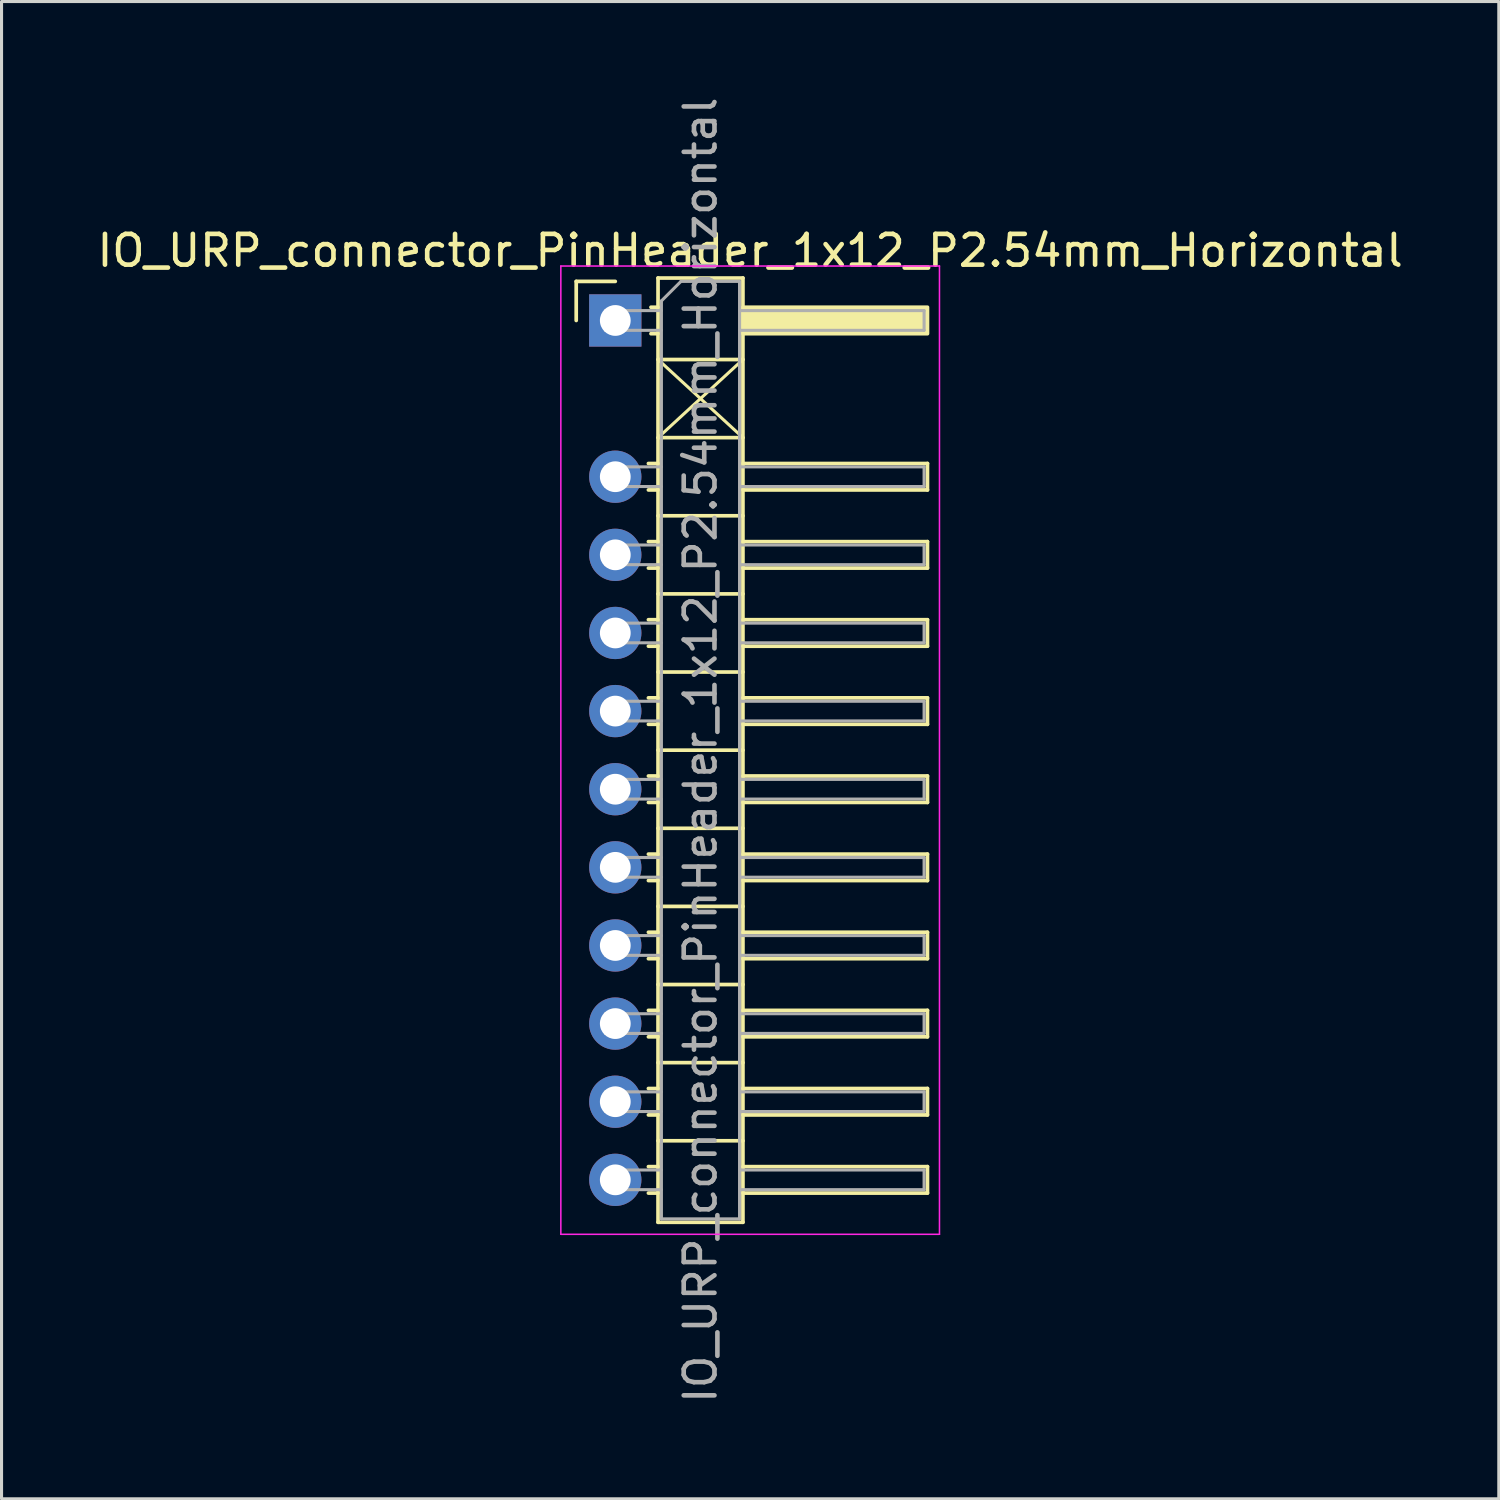
<source format=kicad_pcb>
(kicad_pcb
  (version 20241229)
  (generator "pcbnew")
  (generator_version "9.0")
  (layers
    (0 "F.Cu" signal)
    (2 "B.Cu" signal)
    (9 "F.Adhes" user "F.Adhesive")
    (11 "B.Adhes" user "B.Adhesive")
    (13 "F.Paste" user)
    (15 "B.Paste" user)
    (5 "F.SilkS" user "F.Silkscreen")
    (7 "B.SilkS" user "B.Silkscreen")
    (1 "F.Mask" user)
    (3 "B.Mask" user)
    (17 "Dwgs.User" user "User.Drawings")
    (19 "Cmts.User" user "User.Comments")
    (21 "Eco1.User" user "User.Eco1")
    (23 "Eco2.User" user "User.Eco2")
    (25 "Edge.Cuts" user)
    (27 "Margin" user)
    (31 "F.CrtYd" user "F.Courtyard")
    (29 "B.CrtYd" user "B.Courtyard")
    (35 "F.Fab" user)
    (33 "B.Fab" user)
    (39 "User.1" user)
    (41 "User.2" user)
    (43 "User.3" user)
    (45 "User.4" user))
  (footprint "IO_URP_connector_PinHeader_1x12_P2.54mm_Horizontal"
    (layer "F.Cu")
    (at 16.954 7.369)
    (property "Reference" "IO_URP_connector_PinHeader_1x12_P2.54mm_Horizontal" (at 4.385 -2.27 0) (layer "F.SilkS") (effects (font (size 1 1) (thickness 0.15))))
    (attr through_hole)
    (fp_line (start -1.27 -1.27) (end 0 -1.27) (stroke (width 0.12) (type solid)) (layer "F.SilkS"))
    (fp_line (start -1.27 0) (end -1.27 -1.27) (stroke (width 0.12) (type solid)) (layer "F.SilkS"))
    (fp_line (start 1.077 4.65) (end 1.39 4.65) (stroke (width 0.12) (type solid)) (layer "F.SilkS"))
    (fp_line (start 1.077 5.51) (end 1.39 5.51) (stroke (width 0.12) (type solid)) (layer "F.SilkS"))
    (fp_line (start 1.077 7.19) (end 1.39 7.19) (stroke (width 0.12) (type solid)) (layer "F.SilkS"))
    (fp_line (start 1.077 8.05) (end 1.39 8.05) (stroke (width 0.12) (type solid)) (layer "F.SilkS"))
    (fp_line (start 1.077 9.73) (end 1.39 9.73) (stroke (width 0.12) (type solid)) (layer "F.SilkS"))
    (fp_line (start 1.077 10.59) (end 1.39 10.59) (stroke (width 0.12) (type solid)) (layer "F.SilkS"))
    (fp_line (start 1.077 12.27) (end 1.39 12.27) (stroke (width 0.12) (type solid)) (layer "F.SilkS"))
    (fp_line (start 1.077 13.13) (end 1.39 13.13) (stroke (width 0.12) (type solid)) (layer "F.SilkS"))
    (fp_line (start 1.077 14.81) (end 1.39 14.81) (stroke (width 0.12) (type solid)) (layer "F.SilkS"))
    (fp_line (start 1.077 15.67) (end 1.39 15.67) (stroke (width 0.12) (type solid)) (layer "F.SilkS"))
    (fp_line (start 1.077 17.35) (end 1.39 17.35) (stroke (width 0.12) (type solid)) (layer "F.SilkS"))
    (fp_line (start 1.077 18.21) (end 1.39 18.21) (stroke (width 0.12) (type solid)) (layer "F.SilkS"))
    (fp_line (start 1.077 19.89) (end 1.39 19.89) (stroke (width 0.12) (type solid)) (layer "F.SilkS"))
    (fp_line (start 1.077 20.75) (end 1.39 20.75) (stroke (width 0.12) (type solid)) (layer "F.SilkS"))
    (fp_line (start 1.077 22.43) (end 1.39 22.43) (stroke (width 0.12) (type solid)) (layer "F.SilkS"))
    (fp_line (start 1.077 23.29) (end 1.39 23.29) (stroke (width 0.12) (type solid)) (layer "F.SilkS"))
    (fp_line (start 1.077 24.97) (end 1.39 24.97) (stroke (width 0.12) (type solid)) (layer "F.SilkS"))
    (fp_line (start 1.077 25.83) (end 1.39 25.83) (stroke (width 0.12) (type solid)) (layer "F.SilkS"))
    (fp_line (start 1.077 27.51) (end 1.39 27.51) (stroke (width 0.12) (type solid)) (layer "F.SilkS"))
    (fp_line (start 1.077 28.37) (end 1.39 28.37) (stroke (width 0.12) (type solid)) (layer "F.SilkS"))
    (fp_line (start 1.16 -0.43) (end 1.39 -0.43) (stroke (width 0.12) (type solid)) (layer "F.SilkS"))
    (fp_line (start 1.16 0.43) (end 1.39 0.43) (stroke (width 0.12) (type solid)) (layer "F.SilkS"))
    (fp_line (start 1.39 -1.38) (end 1.39 29.32) (stroke (width 0.12) (type solid)) (layer "F.SilkS"))
    (fp_line (start 1.39 1.27) (end 4.15 1.27) (stroke (width 0.12) (type solid)) (layer "F.SilkS"))
    (fp_line (start 1.39 1.27) (end 4.15 3.81) (stroke (width 0.1) (type default)) (layer "F.SilkS"))
    (fp_line (start 1.39 3.81) (end 4.15 3.81) (stroke (width 0.12) (type solid)) (layer "F.SilkS"))
    (fp_line (start 1.39 6.35) (end 4.15 6.35) (stroke (width 0.12) (type solid)) (layer "F.SilkS"))
    (fp_line (start 1.39 8.89) (end 4.15 8.89) (stroke (width 0.12) (type solid)) (layer "F.SilkS"))
    (fp_line (start 1.39 11.43) (end 4.15 11.43) (stroke (width 0.12) (type solid)) (layer "F.SilkS"))
    (fp_line (start 1.39 13.97) (end 4.15 13.97) (stroke (width 0.12) (type solid)) (layer "F.SilkS"))
    (fp_line (start 1.39 16.51) (end 4.15 16.51) (stroke (width 0.12) (type solid)) (layer "F.SilkS"))
    (fp_line (start 1.39 19.05) (end 4.15 19.05) (stroke (width 0.12) (type solid)) (layer "F.SilkS"))
    (fp_line (start 1.39 21.59) (end 4.15 21.59) (stroke (width 0.12) (type solid)) (layer "F.SilkS"))
    (fp_line (start 1.39 24.13) (end 4.15 24.13) (stroke (width 0.12) (type solid)) (layer "F.SilkS"))
    (fp_line (start 1.39 26.67) (end 4.15 26.67) (stroke (width 0.12) (type solid)) (layer "F.SilkS"))
    (fp_line (start 1.39 29.32) (end 4.15 29.32) (stroke (width 0.12) (type solid)) (layer "F.SilkS"))
    (fp_line (start 4.15 -1.38) (end 1.39 -1.38) (stroke (width 0.12) (type solid)) (layer "F.SilkS"))
    (fp_line (start 4.15 1.27) (end 1.39 3.81) (stroke (width 0.1) (type default)) (layer "F.SilkS"))
    (fp_line (start 4.15 4.65) (end 10.15 4.65) (stroke (width 0.12) (type solid)) (layer "F.SilkS"))
    (fp_line (start 4.15 7.19) (end 10.15 7.19) (stroke (width 0.12) (type solid)) (layer "F.SilkS"))
    (fp_line (start 4.15 9.73) (end 10.15 9.73) (stroke (width 0.12) (type solid)) (layer "F.SilkS"))
    (fp_line (start 4.15 12.27) (end 10.15 12.27) (stroke (width 0.12) (type solid)) (layer "F.SilkS"))
    (fp_line (start 4.15 14.81) (end 10.15 14.81) (stroke (width 0.12) (type solid)) (layer "F.SilkS"))
    (fp_line (start 4.15 17.35) (end 10.15 17.35) (stroke (width 0.12) (type solid)) (layer "F.SilkS"))
    (fp_line (start 4.15 19.89) (end 10.15 19.89) (stroke (width 0.12) (type solid)) (layer "F.SilkS"))
    (fp_line (start 4.15 22.43) (end 10.15 22.43) (stroke (width 0.12) (type solid)) (layer "F.SilkS"))
    (fp_line (start 4.15 24.97) (end 10.15 24.97) (stroke (width 0.12) (type solid)) (layer "F.SilkS"))
    (fp_line (start 4.15 27.51) (end 10.15 27.51) (stroke (width 0.12) (type solid)) (layer "F.SilkS"))
    (fp_line (start 4.15 29.32) (end 4.15 -1.38) (stroke (width 0.12) (type solid)) (layer "F.SilkS"))
    (fp_line (start 10.15 4.65) (end 10.15 5.51) (stroke (width 0.12) (type solid)) (layer "F.SilkS"))
    (fp_line (start 10.15 5.51) (end 4.15 5.51) (stroke (width 0.12) (type solid)) (layer "F.SilkS"))
    (fp_line (start 10.15 7.19) (end 10.15 8.05) (stroke (width 0.12) (type solid)) (layer "F.SilkS"))
    (fp_line (start 10.15 8.05) (end 4.15 8.05) (stroke (width 0.12) (type solid)) (layer "F.SilkS"))
    (fp_line (start 10.15 9.73) (end 10.15 10.59) (stroke (width 0.12) (type solid)) (layer "F.SilkS"))
    (fp_line (start 10.15 10.59) (end 4.15 10.59) (stroke (width 0.12) (type solid)) (layer "F.SilkS"))
    (fp_line (start 10.15 12.27) (end 10.15 13.13) (stroke (width 0.12) (type solid)) (layer "F.SilkS"))
    (fp_line (start 10.15 13.13) (end 4.15 13.13) (stroke (width 0.12) (type solid)) (layer "F.SilkS"))
    (fp_line (start 10.15 14.81) (end 10.15 15.67) (stroke (width 0.12) (type solid)) (layer "F.SilkS"))
    (fp_line (start 10.15 15.67) (end 4.15 15.67) (stroke (width 0.12) (type solid)) (layer "F.SilkS"))
    (fp_line (start 10.15 17.35) (end 10.15 18.21) (stroke (width 0.12) (type solid)) (layer "F.SilkS"))
    (fp_line (start 10.15 18.21) (end 4.15 18.21) (stroke (width 0.12) (type solid)) (layer "F.SilkS"))
    (fp_line (start 10.15 19.89) (end 10.15 20.75) (stroke (width 0.12) (type solid)) (layer "F.SilkS"))
    (fp_line (start 10.15 20.75) (end 4.15 20.75) (stroke (width 0.12) (type solid)) (layer "F.SilkS"))
    (fp_line (start 10.15 22.43) (end 10.15 23.29) (stroke (width 0.12) (type solid)) (layer "F.SilkS"))
    (fp_line (start 10.15 23.29) (end 4.15 23.29) (stroke (width 0.12) (type solid)) (layer "F.SilkS"))
    (fp_line (start 10.15 24.97) (end 10.15 25.83) (stroke (width 0.12) (type solid)) (layer "F.SilkS"))
    (fp_line (start 10.15 25.83) (end 4.15 25.83) (stroke (width 0.12) (type solid)) (layer "F.SilkS"))
    (fp_line (start 10.15 27.51) (end 10.15 28.37) (stroke (width 0.12) (type solid)) (layer "F.SilkS"))
    (fp_line (start 10.15 28.37) (end 4.15 28.37) (stroke (width 0.12) (type solid)) (layer "F.SilkS"))
    (fp_rect (start 4.15 -0.43) (end 10.15 0.43) (stroke (width 0.12) (type solid)) (fill yes) (layer "F.SilkS"))
    (fp_line (start -1.77 -1.77) (end -1.77 29.71) (stroke (width 0.05) (type solid)) (layer "F.CrtYd"))
    (fp_line (start -1.77 29.71) (end 10.54 29.71) (stroke (width 0.05) (type solid)) (layer "F.CrtYd"))
    (fp_line (start 10.54 -1.77) (end -1.77 -1.77) (stroke (width 0.05) (type solid)) (layer "F.CrtYd"))
    (fp_line (start 10.54 29.71) (end 10.54 -1.77) (stroke (width 0.05) (type solid)) (layer "F.CrtYd"))
    (fp_line (start -0.32 -0.32) (end -0.32 0.32) (stroke (width 0.1) (type solid)) (layer "F.Fab"))
    (fp_line (start -0.32 -0.32) (end 1.5 -0.32) (stroke (width 0.1) (type solid)) (layer "F.Fab"))
    (fp_line (start -0.32 0.32) (end 1.5 0.32) (stroke (width 0.1) (type solid)) (layer "F.Fab"))
    (fp_line (start -0.32 4.76) (end -0.32 5.4) (stroke (width 0.1) (type solid)) (layer "F.Fab"))
    (fp_line (start -0.32 4.76) (end 1.5 4.76) (stroke (width 0.1) (type solid)) (layer "F.Fab"))
    (fp_line (start -0.32 5.4) (end 1.5 5.4) (stroke (width 0.1) (type solid)) (layer "F.Fab"))
    (fp_line (start -0.32 7.3) (end -0.32 7.94) (stroke (width 0.1) (type solid)) (layer "F.Fab"))
    (fp_line (start -0.32 7.3) (end 1.5 7.3) (stroke (width 0.1) (type solid)) (layer "F.Fab"))
    (fp_line (start -0.32 7.94) (end 1.5 7.94) (stroke (width 0.1) (type solid)) (layer "F.Fab"))
    (fp_line (start -0.32 9.84) (end -0.32 10.48) (stroke (width 0.1) (type solid)) (layer "F.Fab"))
    (fp_line (start -0.32 9.84) (end 1.5 9.84) (stroke (width 0.1) (type solid)) (layer "F.Fab"))
    (fp_line (start -0.32 10.48) (end 1.5 10.48) (stroke (width 0.1) (type solid)) (layer "F.Fab"))
    (fp_line (start -0.32 12.38) (end -0.32 13.02) (stroke (width 0.1) (type solid)) (layer "F.Fab"))
    (fp_line (start -0.32 12.38) (end 1.5 12.38) (stroke (width 0.1) (type solid)) (layer "F.Fab"))
    (fp_line (start -0.32 13.02) (end 1.5 13.02) (stroke (width 0.1) (type solid)) (layer "F.Fab"))
    (fp_line (start -0.32 14.92) (end -0.32 15.56) (stroke (width 0.1) (type solid)) (layer "F.Fab"))
    (fp_line (start -0.32 14.92) (end 1.5 14.92) (stroke (width 0.1) (type solid)) (layer "F.Fab"))
    (fp_line (start -0.32 15.56) (end 1.5 15.56) (stroke (width 0.1) (type solid)) (layer "F.Fab"))
    (fp_line (start -0.32 17.46) (end -0.32 18.1) (stroke (width 0.1) (type solid)) (layer "F.Fab"))
    (fp_line (start -0.32 17.46) (end 1.5 17.46) (stroke (width 0.1) (type solid)) (layer "F.Fab"))
    (fp_line (start -0.32 18.1) (end 1.5 18.1) (stroke (width 0.1) (type solid)) (layer "F.Fab"))
    (fp_line (start -0.32 20) (end -0.32 20.64) (stroke (width 0.1) (type solid)) (layer "F.Fab"))
    (fp_line (start -0.32 20) (end 1.5 20) (stroke (width 0.1) (type solid)) (layer "F.Fab"))
    (fp_line (start -0.32 20.64) (end 1.5 20.64) (stroke (width 0.1) (type solid)) (layer "F.Fab"))
    (fp_line (start -0.32 22.54) (end -0.32 23.18) (stroke (width 0.1) (type solid)) (layer "F.Fab"))
    (fp_line (start -0.32 22.54) (end 1.5 22.54) (stroke (width 0.1) (type solid)) (layer "F.Fab"))
    (fp_line (start -0.32 23.18) (end 1.5 23.18) (stroke (width 0.1) (type solid)) (layer "F.Fab"))
    (fp_line (start -0.32 25.08) (end -0.32 25.72) (stroke (width 0.1) (type solid)) (layer "F.Fab"))
    (fp_line (start -0.32 25.08) (end 1.5 25.08) (stroke (width 0.1) (type solid)) (layer "F.Fab"))
    (fp_line (start -0.32 25.72) (end 1.5 25.72) (stroke (width 0.1) (type solid)) (layer "F.Fab"))
    (fp_line (start -0.32 27.62) (end -0.32 28.26) (stroke (width 0.1) (type solid)) (layer "F.Fab"))
    (fp_line (start -0.32 27.62) (end 1.5 27.62) (stroke (width 0.1) (type solid)) (layer "F.Fab"))
    (fp_line (start -0.32 28.26) (end 1.5 28.26) (stroke (width 0.1) (type solid)) (layer "F.Fab"))
    (fp_line (start 1.5 -0.635) (end 2.135 -1.27) (stroke (width 0.1) (type solid)) (layer "F.Fab"))
    (fp_line (start 1.5 29.21) (end 1.5 -0.635) (stroke (width 0.1) (type solid)) (layer "F.Fab"))
    (fp_line (start 2.135 -1.27) (end 4.04 -1.27) (stroke (width 0.1) (type solid)) (layer "F.Fab"))
    (fp_line (start 4.04 -1.27) (end 4.04 29.21) (stroke (width 0.1) (type solid)) (layer "F.Fab"))
    (fp_line (start 4.04 -0.32) (end 10.04 -0.32) (stroke (width 0.1) (type solid)) (layer "F.Fab"))
    (fp_line (start 4.04 0.32) (end 10.04 0.32) (stroke (width 0.1) (type solid)) (layer "F.Fab"))
    (fp_line (start 4.04 4.76) (end 10.04 4.76) (stroke (width 0.1) (type solid)) (layer "F.Fab"))
    (fp_line (start 4.04 5.4) (end 10.04 5.4) (stroke (width 0.1) (type solid)) (layer "F.Fab"))
    (fp_line (start 4.04 7.3) (end 10.04 7.3) (stroke (width 0.1) (type solid)) (layer "F.Fab"))
    (fp_line (start 4.04 7.94) (end 10.04 7.94) (stroke (width 0.1) (type solid)) (layer "F.Fab"))
    (fp_line (start 4.04 9.84) (end 10.04 9.84) (stroke (width 0.1) (type solid)) (layer "F.Fab"))
    (fp_line (start 4.04 10.48) (end 10.04 10.48) (stroke (width 0.1) (type solid)) (layer "F.Fab"))
    (fp_line (start 4.04 12.38) (end 10.04 12.38) (stroke (width 0.1) (type solid)) (layer "F.Fab"))
    (fp_line (start 4.04 13.02) (end 10.04 13.02) (stroke (width 0.1) (type solid)) (layer "F.Fab"))
    (fp_line (start 4.04 14.92) (end 10.04 14.92) (stroke (width 0.1) (type solid)) (layer "F.Fab"))
    (fp_line (start 4.04 15.56) (end 10.04 15.56) (stroke (width 0.1) (type solid)) (layer "F.Fab"))
    (fp_line (start 4.04 17.46) (end 10.04 17.46) (stroke (width 0.1) (type solid)) (layer "F.Fab"))
    (fp_line (start 4.04 18.1) (end 10.04 18.1) (stroke (width 0.1) (type solid)) (layer "F.Fab"))
    (fp_line (start 4.04 20) (end 10.04 20) (stroke (width 0.1) (type solid)) (layer "F.Fab"))
    (fp_line (start 4.04 20.64) (end 10.04 20.64) (stroke (width 0.1) (type solid)) (layer "F.Fab"))
    (fp_line (start 4.04 22.54) (end 10.04 22.54) (stroke (width 0.1) (type solid)) (layer "F.Fab"))
    (fp_line (start 4.04 23.18) (end 10.04 23.18) (stroke (width 0.1) (type solid)) (layer "F.Fab"))
    (fp_line (start 4.04 25.08) (end 10.04 25.08) (stroke (width 0.1) (type solid)) (layer "F.Fab"))
    (fp_line (start 4.04 25.72) (end 10.04 25.72) (stroke (width 0.1) (type solid)) (layer "F.Fab"))
    (fp_line (start 4.04 27.62) (end 10.04 27.62) (stroke (width 0.1) (type solid)) (layer "F.Fab"))
    (fp_line (start 4.04 28.26) (end 10.04 28.26) (stroke (width 0.1) (type solid)) (layer "F.Fab"))
    (fp_line (start 4.04 29.21) (end 1.5 29.21) (stroke (width 0.1) (type solid)) (layer "F.Fab"))
    (fp_line (start 10.04 -0.32) (end 10.04 0.32) (stroke (width 0.1) (type solid)) (layer "F.Fab"))
    (fp_line (start 10.04 4.76) (end 10.04 5.4) (stroke (width 0.1) (type solid)) (layer "F.Fab"))
    (fp_line (start 10.04 7.3) (end 10.04 7.94) (stroke (width 0.1) (type solid)) (layer "F.Fab"))
    (fp_line (start 10.04 9.84) (end 10.04 10.48) (stroke (width 0.1) (type solid)) (layer "F.Fab"))
    (fp_line (start 10.04 12.38) (end 10.04 13.02) (stroke (width 0.1) (type solid)) (layer "F.Fab"))
    (fp_line (start 10.04 14.92) (end 10.04 15.56) (stroke (width 0.1) (type solid)) (layer "F.Fab"))
    (fp_line (start 10.04 17.46) (end 10.04 18.1) (stroke (width 0.1) (type solid)) (layer "F.Fab"))
    (fp_line (start 10.04 20) (end 10.04 20.64) (stroke (width 0.1) (type solid)) (layer "F.Fab"))
    (fp_line (start 10.04 22.54) (end 10.04 23.18) (stroke (width 0.1) (type solid)) (layer "F.Fab"))
    (fp_line (start 10.04 25.08) (end 10.04 25.72) (stroke (width 0.1) (type solid)) (layer "F.Fab"))
    (fp_line (start 10.04 27.62) (end 10.04 28.26) (stroke (width 0.1) (type solid)) (layer "F.Fab"))
    (fp_text user "${REFERENCE}" (at 2.77 13.97 90) (layer "F.Fab") (effects (font (size 1 1) (thickness 0.15))))
    (pad "1" thru_hole rect (at 0 0) (size 1.7 1.7) (drill 1) (layers "*.Cu" "*.Mask"))
    (pad "3" thru_hole circle (at 0 5.08) (size 1.7 1.7) (drill 1) (layers "*.Cu" "*.Mask"))
    (pad "4" thru_hole circle (at 0 7.62) (size 1.7 1.7) (drill 1) (layers "*.Cu" "*.Mask"))
    (pad "5" thru_hole circle (at 0 10.16) (size 1.7 1.7) (drill 1) (layers "*.Cu" "*.Mask"))
    (pad "6" thru_hole circle (at 0 12.7) (size 1.7 1.7) (drill 1) (layers "*.Cu" "*.Mask"))
    (pad "7" thru_hole circle (at 0 15.24) (size 1.7 1.7) (drill 1) (layers "*.Cu" "*.Mask"))
    (pad "8" thru_hole circle (at 0 17.78) (size 1.7 1.7) (drill 1) (layers "*.Cu" "*.Mask"))
    (pad "9" thru_hole circle (at 0 20.32) (size 1.7 1.7) (drill 1) (layers "*.Cu" "*.Mask"))
    (pad "10" thru_hole circle (at 0 22.86) (size 1.7 1.7) (drill 1) (layers "*.Cu" "*.Mask"))
    (pad "11" thru_hole circle (at 0 25.4) (size 1.7 1.7) (drill 1) (layers "*.Cu" "*.Mask"))
    (pad "12" thru_hole circle (at 0 27.94) (size 1.7 1.7) (drill 1) (layers "*.Cu" "*.Mask")))
  (gr_rect
    (start -3 -3)
    (end 45.679 45.679)
    (stroke (width 0.1) (type default))
    (fill no)
    (layer "Edge.Cuts")))
</source>
